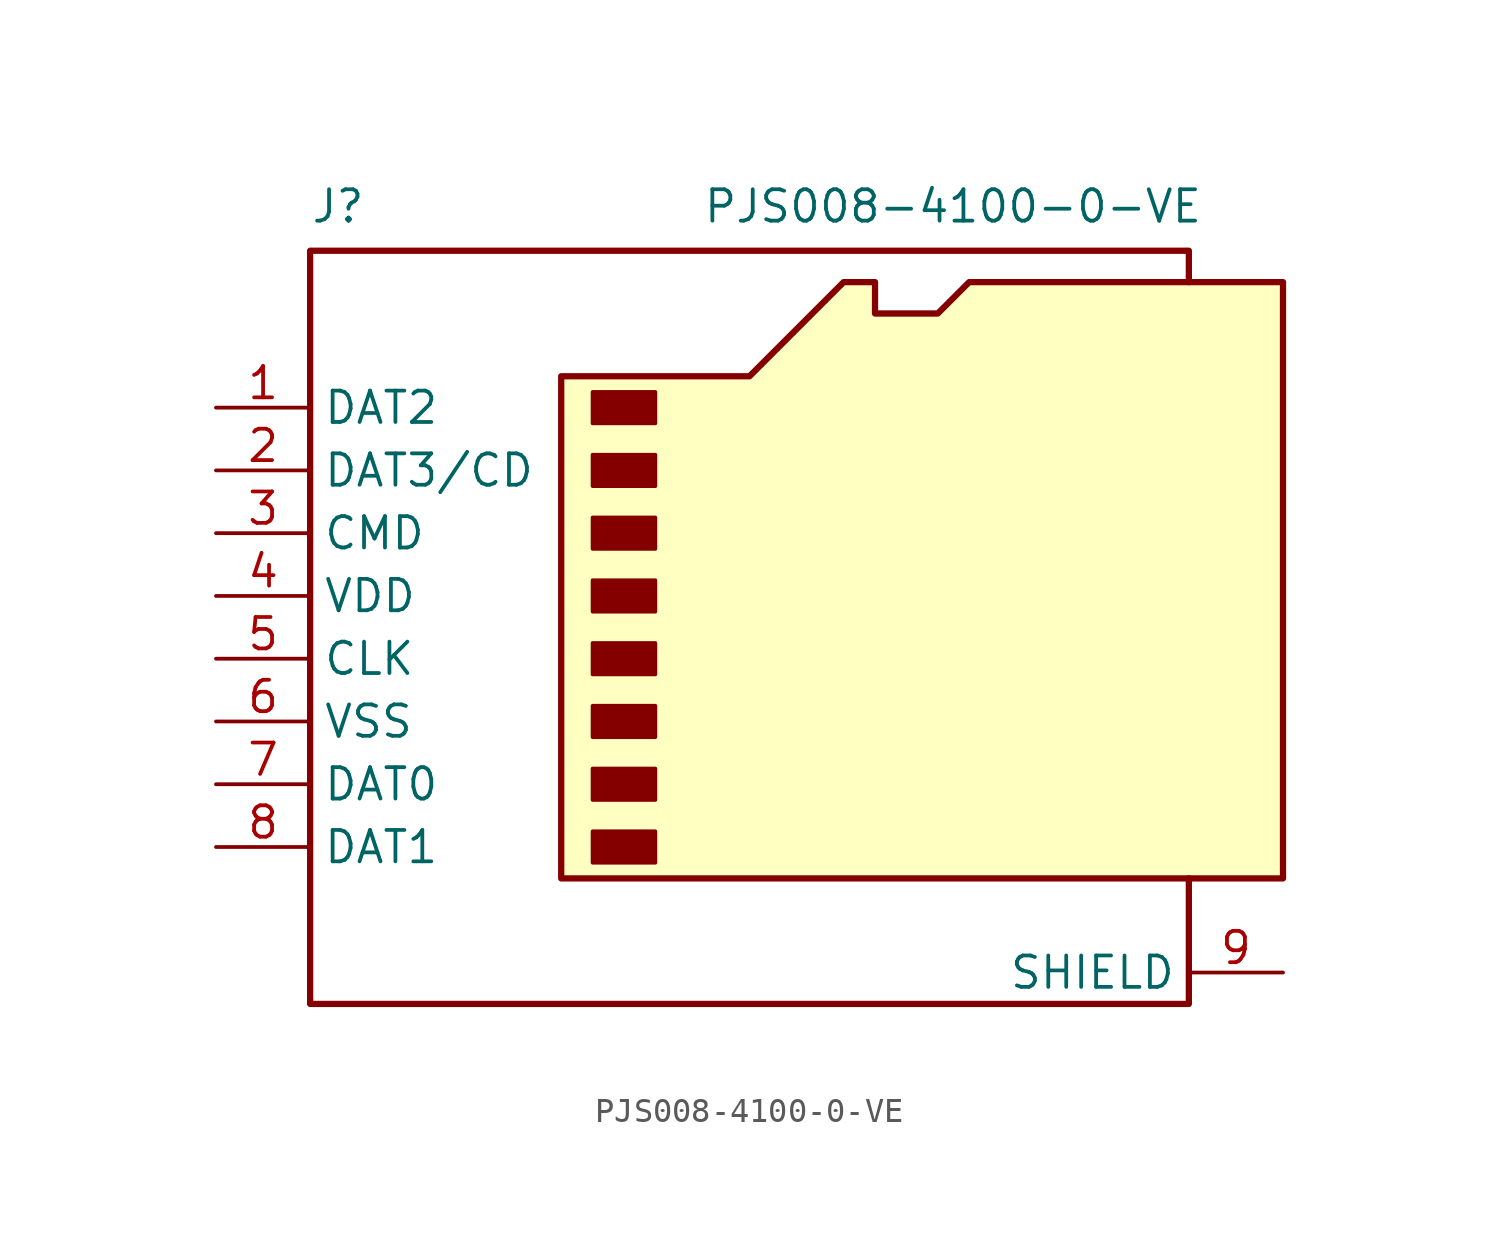
<source format=kicad_sym>
(kicad_symbol_lib
  (version 20220914)
  (generator kicad_symbol_editor)
  (symbol "PJS008-4100-0-VE"
    (property "Reference" "J"
      (at -19.05 16.51 0)
      (effects (font (size 1.27 1.27)) (justify left top)))
    (property "Value" "PJS008-4100-0-VE"
      (at -3.175 16.51 0)
      (effects (font (size 1.27 1.27)) (justify left top)))
    (symbol "PJS008-4100-0-VE_0_1"
      (rectangle (start -7.62 -9.525) (end -5.08 -10.795) (stroke (width 0) (type default)) (fill (type outline)))
      (rectangle (start -7.62 -6.985) (end -5.08 -8.255) (stroke (width 0) (type default)) (fill (type outline)))
      (rectangle (start -7.62 -4.445) (end -5.08 -5.715) (stroke (width 0) (type default)) (fill (type outline)))
      (rectangle (start -7.62 -1.905) (end -5.08 -3.175) (stroke (width 0) (type default)) (fill (type outline)))
      (rectangle (start -7.62 0.635) (end -5.08 -0.635) (stroke (width 0) (type default)) (fill (type outline)))
      (rectangle (start -7.62 3.175) (end -5.08 1.905) (stroke (width 0) (type default)) (fill (type outline)))
      (rectangle (start -7.62 5.715) (end -5.08 4.445) (stroke (width 0) (type default)) (fill (type outline)))
      (rectangle (start -7.62 8.255) (end -5.08 6.985) (stroke (width 0) (type default)) (fill (type outline)))
      (polyline (pts (xy 16.51 12.7) (xy 16.51 13.97) (xy -19.05 13.97) (xy -19.05 -16.51) (xy 16.51 -16.51) (xy 16.51 -11.43)) (stroke (width 0.254) (type default)) (fill (type none)))
      (polyline (pts (xy -8.89 -11.43) (xy -8.89 8.89) (xy -1.27 8.89) (xy 2.54 12.7) (xy 3.81 12.7) (xy 3.81 11.43) (xy 6.35 11.43) (xy 7.62 12.7) (xy 20.32 12.7) (xy 20.32 -11.43) (xy -8.89 -11.43)) (stroke (width 0.254) (type default)) (fill (type background))))
    (symbol "PJS008-4100-0-VE_1_1"
      (pin bidirectional line (at -22.86 7.62 0) (length 3.81) (name "DAT2" (effects (font (size 1.27 1.27)))) (number "1" (effects (font (size 1.27 1.27)))))
      (pin bidirectional line (at -22.86 5.08 0) (length 3.81) (name "DAT3/CD" (effects (font (size 1.27 1.27)))) (number "2" (effects (font (size 1.27 1.27)))))
      (pin input line (at -22.86 2.54 0) (length 3.81) (name "CMD" (effects (font (size 1.27 1.27)))) (number "3" (effects (font (size 1.27 1.27)))))
      (pin power_in line (at -22.86 0 0) (length 3.81) (name "VDD" (effects (font (size 1.27 1.27)))) (number "4" (effects (font (size 1.27 1.27)))))
      (pin input line (at -22.86 -2.54 0) (length 3.81) (name "CLK" (effects (font (size 1.27 1.27)))) (number "5" (effects (font (size 1.27 1.27)))))
      (pin power_in line (at -22.86 -5.08 0) (length 3.81) (name "VSS" (effects (font (size 1.27 1.27)))) (number "6" (effects (font (size 1.27 1.27)))))
      (pin bidirectional line (at -22.86 -7.62 0) (length 3.81) (name "DAT0" (effects (font (size 1.27 1.27)))) (number "7" (effects (font (size 1.27 1.27)))))
      (pin bidirectional line (at -22.86 -10.16 0) (length 3.81) (name "DAT1" (effects (font (size 1.27 1.27)))) (number "8" (effects (font (size 1.27 1.27)))))
      (pin passive line (at 20.32 -15.24 180) (length 3.81) (name "SHIELD" (effects (font (size 1.27 1.27)))) (number "9" (effects (font (size 1.27 1.27))))))))
</source>
